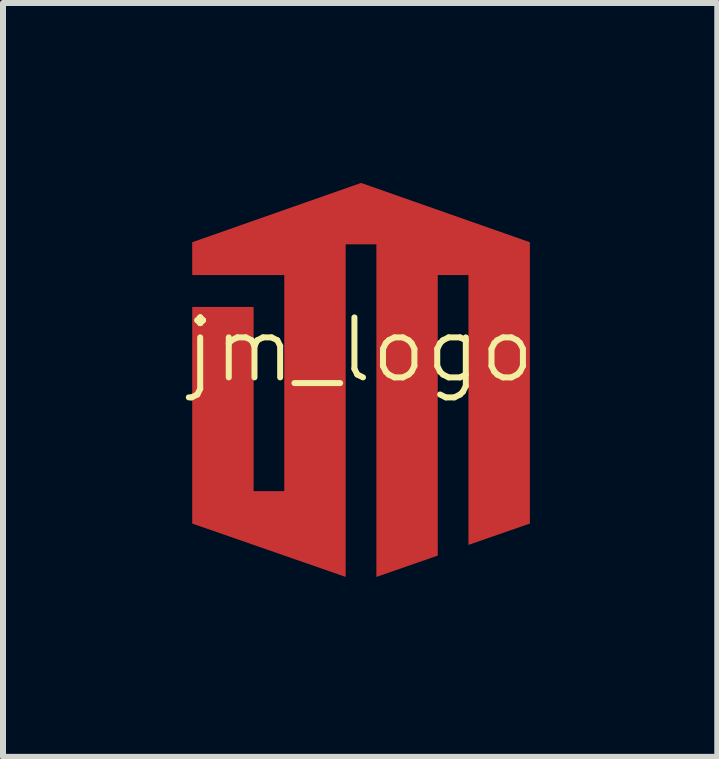
<source format=kicad_pcb>
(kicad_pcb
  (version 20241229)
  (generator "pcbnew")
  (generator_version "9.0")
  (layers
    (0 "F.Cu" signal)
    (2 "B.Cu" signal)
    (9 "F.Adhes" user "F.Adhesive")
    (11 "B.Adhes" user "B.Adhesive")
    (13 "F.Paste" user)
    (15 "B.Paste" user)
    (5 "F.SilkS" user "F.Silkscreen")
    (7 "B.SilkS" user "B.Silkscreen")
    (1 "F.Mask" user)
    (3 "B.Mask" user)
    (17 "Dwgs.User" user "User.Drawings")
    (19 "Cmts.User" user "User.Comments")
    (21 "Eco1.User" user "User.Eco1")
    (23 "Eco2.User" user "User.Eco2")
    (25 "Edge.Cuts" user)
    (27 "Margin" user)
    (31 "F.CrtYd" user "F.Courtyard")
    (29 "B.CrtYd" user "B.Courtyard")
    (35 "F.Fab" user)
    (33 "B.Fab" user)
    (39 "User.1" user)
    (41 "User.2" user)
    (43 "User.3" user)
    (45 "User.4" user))
  (footprint "jm_logo"
    (layer "F.Cu")
    (at 2.955 3.285)
    (property "Reference" "jm_logo" (at 0 -0.5 0) (unlocked yes) (layer "F.SilkS") (effects (font (size 1 1) (thickness 0.1))))
    (fp_poly (pts (xy 2.83 -2.296) (xy 2.83 2.395) (xy 2.83 2.395) (xy 1.806 2.751) (xy 1.806 -1.749) (xy 1.294 -1.749) (xy 1.294 2.929) (xy 0.271 3.285) (xy 0.271 -2.261) (xy -0.241 -2.261) (xy -0.241 3.285) (xy -2.8 2.395) (xy -2.8 -1.217) (xy -1.776 -1.217) (xy -1.776 1.854) (xy -1.265 1.854) (xy -1.265 -1.749) (xy -2.8 -1.749) (xy -2.8 -2.296) (xy 0.015 -3.285)) (stroke (width 0) (type solid)) (fill yes) (layer "F.Cu"))
    (fp_poly (pts (xy 2.83 -2.296) (xy 2.83 2.395) (xy 2.83 2.395) (xy 1.806 2.751) (xy 1.806 -1.749) (xy 1.294 -1.749) (xy 1.294 2.929) (xy 0.271 3.285) (xy 0.271 -2.261) (xy -0.241 -2.261) (xy -0.241 3.285) (xy -2.8 2.395) (xy -2.8 -1.217) (xy -1.776 -1.217) (xy -1.776 1.854) (xy -1.265 1.854) (xy -1.265 -1.749) (xy -2.8 -1.749) (xy -2.8 -2.296) (xy 0.015 -3.285)) (stroke (width 0) (type solid)) (fill yes) (layer "F.Mask")))
  (gr_rect
    (start -3 -3)
    (end 8.91 9.57)
    (stroke (width 0.1) (type default))
    (fill no)
    (layer "Edge.Cuts")))
</source>
